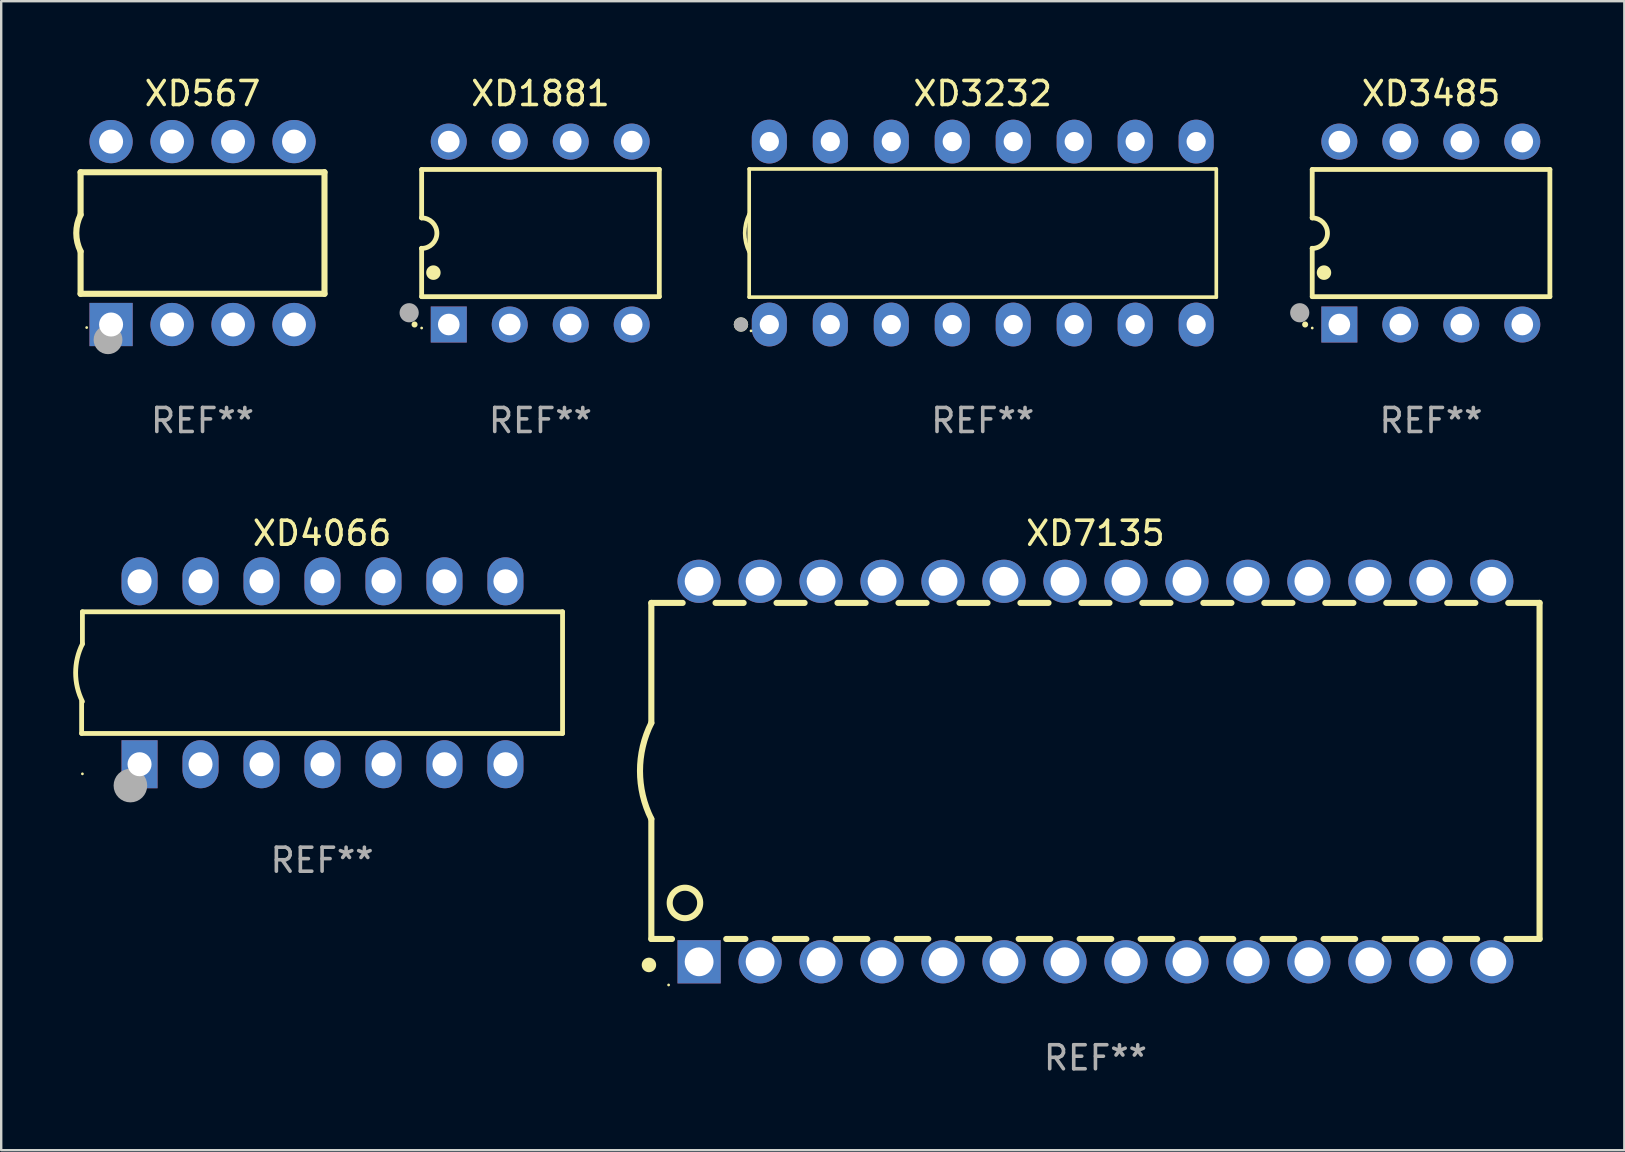
<source format=kicad_pcb>
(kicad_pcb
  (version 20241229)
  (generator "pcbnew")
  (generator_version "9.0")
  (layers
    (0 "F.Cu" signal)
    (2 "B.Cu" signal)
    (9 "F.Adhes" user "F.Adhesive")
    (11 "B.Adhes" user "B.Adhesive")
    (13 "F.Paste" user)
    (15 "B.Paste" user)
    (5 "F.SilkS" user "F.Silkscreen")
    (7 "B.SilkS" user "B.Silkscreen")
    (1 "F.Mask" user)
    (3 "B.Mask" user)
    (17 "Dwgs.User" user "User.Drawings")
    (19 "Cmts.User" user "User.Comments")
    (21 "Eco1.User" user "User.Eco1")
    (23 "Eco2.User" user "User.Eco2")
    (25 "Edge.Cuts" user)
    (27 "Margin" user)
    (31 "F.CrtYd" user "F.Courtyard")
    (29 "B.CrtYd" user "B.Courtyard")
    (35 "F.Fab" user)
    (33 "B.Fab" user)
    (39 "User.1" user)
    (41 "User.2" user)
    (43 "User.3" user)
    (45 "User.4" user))
  (footprint "XD7135"
    (layer "F.Cu")
    (at 42.582 29.09)
    (property "Reference" "XD7135" (at 0 -9.925 0) (layer "F.SilkS") (effects (font (size 1 1) (thickness 0.15))))
    (attr through_hole)
    (fp_line (start -18.5 -7.026) (end -18.5 -2.026) (stroke (width 0.254) (type solid)) (layer "F.SilkS"))
    (fp_line (start -18.5 1.974) (end -18.5 6.974) (stroke (width 0.254) (type solid)) (layer "F.SilkS"))
    (fp_line (start -17.64 6.974) (end -18.5 6.974) (stroke (width 0.254) (type solid)) (layer "F.SilkS"))
    (fp_line (start -17.195 -7.026) (end -18.5 -7.026) (stroke (width 0.254) (type solid)) (layer "F.SilkS"))
    (fp_line (start -14.655 -7.026) (end -15.825 -7.026) (stroke (width 0.254) (type solid)) (layer "F.SilkS"))
    (fp_line (start -14.582 6.974) (end -15.38 6.974) (stroke (width 0.254) (type solid)) (layer "F.SilkS"))
    (fp_line (start -12.115 -7.026) (end -13.285 -7.026) (stroke (width 0.254) (type solid)) (layer "F.SilkS"))
    (fp_line (start -12.042 6.974) (end -13.358 6.974) (stroke (width 0.254) (type solid)) (layer "F.SilkS"))
    (fp_line (start -9.575 -7.026) (end -10.745 -7.026) (stroke (width 0.254) (type solid)) (layer "F.SilkS"))
    (fp_line (start -9.502 6.974) (end -10.818 6.974) (stroke (width 0.254) (type solid)) (layer "F.SilkS"))
    (fp_line (start -7.035 -7.026) (end -8.205 -7.026) (stroke (width 0.254) (type solid)) (layer "F.SilkS"))
    (fp_line (start -6.962 6.974) (end -8.278 6.974) (stroke (width 0.254) (type solid)) (layer "F.SilkS"))
    (fp_line (start -4.495 -7.026) (end -5.665 -7.026) (stroke (width 0.254) (type solid)) (layer "F.SilkS"))
    (fp_line (start -4.422 6.974) (end -5.738 6.974) (stroke (width 0.254) (type solid)) (layer "F.SilkS"))
    (fp_line (start -1.955 -7.026) (end -3.125 -7.026) (stroke (width 0.254) (type solid)) (layer "F.SilkS"))
    (fp_line (start -1.882 6.974) (end -3.198 6.974) (stroke (width 0.254) (type solid)) (layer "F.SilkS"))
    (fp_line (start 0.585 -7.026) (end -0.585 -7.026) (stroke (width 0.254) (type solid)) (layer "F.SilkS"))
    (fp_line (start 0.658 6.974) (end -0.658 6.974) (stroke (width 0.254) (type solid)) (layer "F.SilkS"))
    (fp_line (start 3.125 -7.026) (end 1.955 -7.026) (stroke (width 0.254) (type solid)) (layer "F.SilkS"))
    (fp_line (start 3.198 6.974) (end 1.882 6.974) (stroke (width 0.254) (type solid)) (layer "F.SilkS"))
    (fp_line (start 5.665 -7.026) (end 4.495 -7.026) (stroke (width 0.254) (type solid)) (layer "F.SilkS"))
    (fp_line (start 5.738 6.974) (end 4.422 6.974) (stroke (width 0.254) (type solid)) (layer "F.SilkS"))
    (fp_line (start 8.205 -7.026) (end 7.035 -7.026) (stroke (width 0.254) (type solid)) (layer "F.SilkS"))
    (fp_line (start 8.278 6.974) (end 6.962 6.974) (stroke (width 0.254) (type solid)) (layer "F.SilkS"))
    (fp_line (start 10.745 -7.026) (end 9.575 -7.026) (stroke (width 0.254) (type solid)) (layer "F.SilkS"))
    (fp_line (start 10.818 6.974) (end 9.502 6.974) (stroke (width 0.254) (type solid)) (layer "F.SilkS"))
    (fp_line (start 13.285 -7.026) (end 12.115 -7.026) (stroke (width 0.254) (type solid)) (layer "F.SilkS"))
    (fp_line (start 13.358 6.974) (end 12.042 6.974) (stroke (width 0.254) (type solid)) (layer "F.SilkS"))
    (fp_line (start 15.825 -7.026) (end 14.655 -7.026) (stroke (width 0.254) (type solid)) (layer "F.SilkS"))
    (fp_line (start 15.898 6.974) (end 14.582 6.974) (stroke (width 0.254) (type solid)) (layer "F.SilkS"))
    (fp_line (start 18.5 -7.026) (end 17.195 -7.026) (stroke (width 0.254) (type solid)) (layer "F.SilkS"))
    (fp_line (start 18.5 6.974) (end 17.122 6.974) (stroke (width 0.254) (type solid)) (layer "F.SilkS"))
    (fp_line (start 18.5 6.974) (end 18.5 -7.026) (stroke (width 0.254) (type solid)) (layer "F.SilkS"))
    (fp_arc (start -18.599924 8.057734) (mid -18.599935 8.055207) (end -18.599924 8.052679) (stroke (width 0.6) (type solid)) (layer "F.SilkS"))
    (fp_arc (start -18.500051 1.974346) (mid -18.972187 -0.025654) (end -18.500051 -2.025654) (stroke (width 0.254001) (type solid)) (layer "F.SilkS"))
    (fp_circle (center -17.78 8.89) (end -17.75 8.89) (stroke (width 0.06) (type solid)) (fill no) (layer "F.SilkS"))
    (fp_circle (center -17.1 5.474) (end -16.465 5.474) (stroke (width 0.254) (type solid)) (fill no) (layer "F.SilkS"))
    (fp_text user "REF**" (at 0 11.925 0) (layer "F.Fab") (effects (font (size 1 1) (thickness 0.15))))
    (pad "1" thru_hole rect (at -16.51 7.925) (size 1.8 1.8) (drill 1.2) (layers "*.Cu" "*.Mask"))
    (pad "2" thru_hole circle (at -13.97 7.925) (size 1.8 1.8) (drill 1.2) (layers "*.Cu" "*.Mask"))
    (pad "3" thru_hole circle (at -11.43 7.924) (size 1.8 1.8) (drill 1.2) (layers "*.Cu" "*.Mask"))
    (pad "4" thru_hole circle (at -8.89 7.924) (size 1.8 1.8) (drill 1.2) (layers "*.Cu" "*.Mask"))
    (pad "5" thru_hole circle (at -6.35 7.924) (size 1.8 1.8) (drill 1.2) (layers "*.Cu" "*.Mask"))
    (pad "6" thru_hole circle (at -3.81 7.924) (size 1.8 1.8) (drill 1.2) (layers "*.Cu" "*.Mask"))
    (pad "7" thru_hole circle (at -1.27 7.924) (size 1.8 1.8) (drill 1.2) (layers "*.Cu" "*.Mask"))
    (pad "8" thru_hole circle (at 1.27 7.924) (size 1.8 1.8) (drill 1.2) (layers "*.Cu" "*.Mask"))
    (pad "9" thru_hole circle (at 3.81 7.924) (size 1.8 1.8) (drill 1.2) (layers "*.Cu" "*.Mask"))
    (pad "10" thru_hole circle (at 6.35 7.924) (size 1.8 1.8) (drill 1.2) (layers "*.Cu" "*.Mask"))
    (pad "11" thru_hole circle (at 8.89 7.924) (size 1.8 1.8) (drill 1.2) (layers "*.Cu" "*.Mask"))
    (pad "12" thru_hole circle (at 11.43 7.924) (size 1.8 1.8) (drill 1.2) (layers "*.Cu" "*.Mask"))
    (pad "13" thru_hole circle (at 13.97 7.924) (size 1.8 1.8) (drill 1.2) (layers "*.Cu" "*.Mask"))
    (pad "14" thru_hole circle (at 16.51 7.924) (size 1.8 1.8) (drill 1.2) (layers "*.Cu" "*.Mask"))
    (pad "15" thru_hole circle (at 16.51 -7.925) (size 1.8 1.8) (drill 1.2) (layers "*.Cu" "*.Mask"))
    (pad "16" thru_hole circle (at 13.97 -7.925) (size 1.8 1.8) (drill 1.2) (layers "*.Cu" "*.Mask"))
    (pad "17" thru_hole circle (at 11.43 -7.925) (size 1.8 1.8) (drill 1.2) (layers "*.Cu" "*.Mask"))
    (pad "18" thru_hole circle (at 8.89 -7.925) (size 1.8 1.8) (drill 1.2) (layers "*.Cu" "*.Mask"))
    (pad "19" thru_hole circle (at 6.35 -7.925) (size 1.8 1.8) (drill 1.2) (layers "*.Cu" "*.Mask"))
    (pad "20" thru_hole circle (at 3.81 -7.925) (size 1.8 1.8) (drill 1.2) (layers "*.Cu" "*.Mask"))
    (pad "21" thru_hole circle (at 1.27 -7.925) (size 1.8 1.8) (drill 1.2) (layers "*.Cu" "*.Mask"))
    (pad "22" thru_hole circle (at -1.27 -7.925) (size 1.8 1.8) (drill 1.2) (layers "*.Cu" "*.Mask"))
    (pad "23" thru_hole circle (at -3.81 -7.925) (size 1.8 1.8) (drill 1.2) (layers "*.Cu" "*.Mask"))
    (pad "24" thru_hole circle (at -6.35 -7.925) (size 1.8 1.8) (drill 1.2) (layers "*.Cu" "*.Mask"))
    (pad "25" thru_hole circle (at -8.89 -7.925) (size 1.8 1.8) (drill 1.2) (layers "*.Cu" "*.Mask"))
    (pad "26" thru_hole circle (at -11.43 -7.925) (size 1.8 1.8) (drill 1.2) (layers "*.Cu" "*.Mask"))
    (pad "27" thru_hole circle (at -13.97 -7.925) (size 1.8 1.8) (drill 1.2) (layers "*.Cu" "*.Mask"))
    (pad "28" thru_hole circle (at -16.51 -7.925) (size 1.8 1.8) (drill 1.2) (layers "*.Cu" "*.Mask")))
  (footprint "XD3485"
    (layer "F.Cu")
    (at 56.562 6.658)
    (property "Reference" "XD3485" (at 0 -5.81 0) (layer "F.SilkS") (effects (font (size 1 1) (thickness 0.15))))
    (attr through_hole)
    (fp_line (start -4.95 -2.649) (end 4.95 -2.649) (stroke (width 0.2) (type solid)) (layer "F.SilkS"))
    (fp_line (start -4.95 -0.635) (end -4.95 -2.649) (stroke (width 0.2) (type solid)) (layer "F.SilkS"))
    (fp_line (start -4.95 0.635) (end -4.95 0.64) (stroke (width 0.2) (type solid)) (layer "F.SilkS"))
    (fp_line (start -4.95 2.649) (end -4.95 0.635) (stroke (width 0.2) (type solid)) (layer "F.SilkS"))
    (fp_line (start -4.95 -0.64) (end -4.95 -0.635) (stroke (width 0.2) (type solid)) (layer "F.SilkS"))
    (fp_line (start 4.95 -2.649) (end 4.95 2.649) (stroke (width 0.2) (type solid)) (layer "F.SilkS"))
    (fp_line (start 4.95 2.649) (end -4.95 2.649) (stroke (width 0.2) (type solid)) (layer "F.SilkS"))
    (fp_arc (start -5.24511 3.810008) (mid -5.245117 3.808738) (end -5.24511 3.807468) (stroke (width 0.25) (type solid)) (layer "F.SilkS"))
    (fp_arc (start -4.950165 -0.629997) (mid -4.315164 0.005004) (end -4.950165 0.640005) (stroke (width 0.2) (type solid)) (layer "F.SilkS"))
    (fp_arc (start -4.460249 1.651003) (mid -4.46026 1.648463) (end -4.460249 1.645923) (stroke (width 0.6) (type solid)) (layer "F.SilkS"))
    (fp_circle (center -4.95 3.956) (end -4.92 3.956) (stroke (width 0.06) (type solid)) (fill no) (layer "F.SilkS"))
    (fp_circle (center -5.47 3.32) (end -5.27 3.32) (stroke (width 0.4) (type solid)) (fill no) (layer "F.Fab"))
    (fp_text user "REF**" (at 0 7.81 0) (layer "F.Fab") (effects (font (size 1 1) (thickness 0.15))))
    (pad "1" thru_hole rect (at -3.82 3.81) (size 1.5 1.5) (drill 0.9) (layers "*.Cu" "*.Mask"))
    (pad "2" thru_hole circle (at -1.28 3.81) (size 1.5 1.5) (drill 0.9) (layers "*.Cu" "*.Mask"))
    (pad "3" thru_hole circle (at 1.26 3.81) (size 1.5 1.5) (drill 0.9) (layers "*.Cu" "*.Mask"))
    (pad "4" thru_hole circle (at 3.8 3.81) (size 1.5 1.5) (drill 0.9) (layers "*.Cu" "*.Mask"))
    (pad "5" thru_hole circle (at 3.8 -3.81) (size 1.5 1.5) (drill 0.9) (layers "*.Cu" "*.Mask"))
    (pad "6" thru_hole circle (at 1.26 -3.81) (size 1.5 1.5) (drill 0.9) (layers "*.Cu" "*.Mask"))
    (pad "7" thru_hole circle (at -1.28 -3.81) (size 1.5 1.5) (drill 0.9) (layers "*.Cu" "*.Mask"))
    (pad "8" thru_hole circle (at -3.82 -3.81) (size 1.5 1.5) (drill 0.9) (layers "*.Cu" "*.Mask")))
  (footprint "XD567"
    (layer "F.Cu")
    (at 5.387 6.658)
    (property "Reference" "XD567" (at 0 -5.81 0) (layer "F.SilkS") (effects (font (size 1 1) (thickness 0.15))))
    (attr through_hole)
    (fp_line (start -5.08 -2.534) (end 5.08 -2.534) (stroke (width 0.254) (type solid)) (layer "F.SilkS"))
    (fp_line (start -5.08 -0.762) (end -5.08 -2.534) (stroke (width 0.254) (type solid)) (layer "F.SilkS"))
    (fp_line (start -5.08 2.531) (end -5.08 0.762) (stroke (width 0.254) (type solid)) (layer "F.SilkS"))
    (fp_line (start -5.08 2.531) (end 5.08 2.531) (stroke (width 0.254) (type solid)) (layer "F.SilkS"))
    (fp_line (start 5.08 2.531) (end 5.08 -2.534) (stroke (width 0.254) (type solid)) (layer "F.SilkS"))
    (fp_arc (start -5.08001 0.762001) (mid -5.259894 0) (end -5.08001 -0.762002) (stroke (width 0.254001) (type solid)) (layer "F.SilkS"))
    (fp_circle (center -4.826 3.937) (end -4.796 3.937) (stroke (width 0.06) (type solid)) (fill no) (layer "F.SilkS"))
    (fp_circle (center -3.937 4.445) (end -3.637 4.445) (stroke (width 0.6) (type solid)) (fill no) (layer "F.Fab"))
    (fp_text user "REF**" (at 0 7.81 0) (layer "F.Fab") (effects (font (size 1 1) (thickness 0.15))))
    (pad "1" thru_hole rect (at -3.81 3.81) (size 1.8 1.8) (drill 1) (layers "*.Cu" "*.Mask"))
    (pad "2" thru_hole circle (at -1.27 3.81) (size 1.8 1.8) (drill 1) (layers "*.Cu" "*.Mask"))
    (pad "3" thru_hole circle (at 1.27 3.81) (size 1.8 1.8) (drill 1) (layers "*.Cu" "*.Mask"))
    (pad "4" thru_hole circle (at 3.81 3.81) (size 1.8 1.8) (drill 1) (layers "*.Cu" "*.Mask"))
    (pad "5" thru_hole circle (at 3.81 -3.81) (size 1.8 1.8) (drill 1) (layers "*.Cu" "*.Mask"))
    (pad "6" thru_hole circle (at 1.27 -3.81) (size 1.8 1.8) (drill 1) (layers "*.Cu" "*.Mask"))
    (pad "7" thru_hole circle (at -1.27 -3.81) (size 1.8 1.8) (drill 1) (layers "*.Cu" "*.Mask"))
    (pad "8" thru_hole circle (at -3.81 -3.81) (size 1.8 1.8) (drill 1) (layers "*.Cu" "*.Mask")))
  (footprint "XD1881"
    (layer "F.Cu")
    (at 19.464 6.658)
    (property "Reference" "XD1881" (at 0 -5.81 0) (layer "F.SilkS") (effects (font (size 1 1) (thickness 0.15))))
    (attr through_hole)
    (fp_line (start -4.95 -2.649) (end 4.95 -2.649) (stroke (width 0.2) (type solid)) (layer "F.SilkS"))
    (fp_line (start -4.95 -0.635) (end -4.95 -2.649) (stroke (width 0.2) (type solid)) (layer "F.SilkS"))
    (fp_line (start -4.95 0.635) (end -4.95 0.64) (stroke (width 0.2) (type solid)) (layer "F.SilkS"))
    (fp_line (start -4.95 2.649) (end -4.95 0.635) (stroke (width 0.2) (type solid)) (layer "F.SilkS"))
    (fp_line (start -4.95 -0.64) (end -4.95 -0.635) (stroke (width 0.2) (type solid)) (layer "F.SilkS"))
    (fp_line (start 4.95 -2.649) (end 4.95 2.649) (stroke (width 0.2) (type solid)) (layer "F.SilkS"))
    (fp_line (start 4.95 2.649) (end -4.95 2.649) (stroke (width 0.2) (type solid)) (layer "F.SilkS"))
    (fp_arc (start -5.24511 3.810008) (mid -5.245117 3.808738) (end -5.24511 3.807468) (stroke (width 0.25) (type solid)) (layer "F.SilkS"))
    (fp_arc (start -4.950165 -0.629997) (mid -4.315164 0.005004) (end -4.950165 0.640005) (stroke (width 0.2) (type solid)) (layer "F.SilkS"))
    (fp_arc (start -4.460249 1.651003) (mid -4.46026 1.648463) (end -4.460249 1.645923) (stroke (width 0.6) (type solid)) (layer "F.SilkS"))
    (fp_circle (center -4.95 3.956) (end -4.92 3.956) (stroke (width 0.06) (type solid)) (fill no) (layer "F.SilkS"))
    (fp_circle (center -5.47 3.32) (end -5.27 3.32) (stroke (width 0.4) (type solid)) (fill no) (layer "F.Fab"))
    (fp_text user "REF**" (at 0 7.81 0) (layer "F.Fab") (effects (font (size 1 1) (thickness 0.15))))
    (pad "1" thru_hole rect (at -3.82 3.81) (size 1.5 1.5) (drill 0.9) (layers "*.Cu" "*.Mask"))
    (pad "2" thru_hole circle (at -1.28 3.81) (size 1.5 1.5) (drill 0.9) (layers "*.Cu" "*.Mask"))
    (pad "3" thru_hole circle (at 1.26 3.81) (size 1.5 1.5) (drill 0.9) (layers "*.Cu" "*.Mask"))
    (pad "4" thru_hole circle (at 3.8 3.81) (size 1.5 1.5) (drill 0.9) (layers "*.Cu" "*.Mask"))
    (pad "5" thru_hole circle (at 3.8 -3.81) (size 1.5 1.5) (drill 0.9) (layers "*.Cu" "*.Mask"))
    (pad "6" thru_hole circle (at 1.26 -3.81) (size 1.5 1.5) (drill 0.9) (layers "*.Cu" "*.Mask"))
    (pad "7" thru_hole circle (at -1.28 -3.81) (size 1.5 1.5) (drill 0.9) (layers "*.Cu" "*.Mask"))
    (pad "8" thru_hole circle (at -3.82 -3.81) (size 1.5 1.5) (drill 0.9) (layers "*.Cu" "*.Mask")))
  (footprint "XD4066"
    (layer "F.Cu")
    (at 10.367 24.975)
    (property "Reference" "XD4066" (at 0 -5.81 0) (layer "F.SilkS") (effects (font (size 1 1) (thickness 0.15))))
    (attr through_hole)
    (fp_line (start -10.017 2.527) (end -10.017 1.199) (stroke (width 0.2) (type solid)) (layer "F.SilkS"))
    (fp_line (start -9.984 -2.54) (end 10.017 -2.54) (stroke (width 0.2) (type solid)) (layer "F.SilkS"))
    (fp_line (start -9.984 -1.2) (end -9.984 -2.54) (stroke (width 0.2) (type solid)) (layer "F.SilkS"))
    (fp_line (start 10.017 -2.54) (end 10.017 2.527) (stroke (width 0.2) (type solid)) (layer "F.SilkS"))
    (fp_line (start 10.017 2.527) (end -10.017 2.527) (stroke (width 0.2) (type solid)) (layer "F.SilkS"))
    (fp_arc (start -9.983503 1.198882) (mid -10.266661 -0.000556) (end -9.983528 -1.2) (stroke (width 0.2) (type solid)) (layer "F.SilkS"))
    (fp_circle (center -9.984 4.21) (end -9.954 4.21) (stroke (width 0.06) (type solid)) (fill no) (layer "F.SilkS"))
    (fp_circle (center -7.985 4.699) (end -7.635 4.699) (stroke (width 0.7) (type solid)) (fill no) (layer "F.Fab"))
    (fp_text user "REF**" (at 0 7.81 0) (layer "F.Fab") (effects (font (size 1 1) (thickness 0.15))))
    (pad "1" thru_hole rect (at -7.604 3.81 90) (size 2 1.5) (drill 1) (layers "*.Cu" "*.Mask"))
    (pad "2" thru_hole oval (at -5.064 3.81 90) (size 2 1.5) (drill 1) (layers "*.Cu" "*.Mask"))
    (pad "3" thru_hole oval (at -2.524 3.81 90) (size 2 1.5) (drill 1) (layers "*.Cu" "*.Mask"))
    (pad "4" thru_hole oval (at 0.016 3.81 90) (size 2 1.5) (drill 1) (layers "*.Cu" "*.Mask"))
    (pad "5" thru_hole oval (at 2.557 3.81 90) (size 2 1.5) (drill 1) (layers "*.Cu" "*.Mask"))
    (pad "6" thru_hole oval (at 5.097 3.81 90) (size 2 1.5) (drill 1) (layers "*.Cu" "*.Mask"))
    (pad "7" thru_hole oval (at 7.637 3.81 90) (size 2 1.5) (drill 1) (layers "*.Cu" "*.Mask"))
    (pad "8" thru_hole oval (at 7.637 -3.81 90) (size 2 1.5) (drill 1) (layers "*.Cu" "*.Mask"))
    (pad "9" thru_hole oval (at 5.097 -3.81 90) (size 2 1.5) (drill 1) (layers "*.Cu" "*.Mask"))
    (pad "10" thru_hole oval (at 2.557 -3.81 90) (size 2 1.5) (drill 1) (layers "*.Cu" "*.Mask"))
    (pad "11" thru_hole oval (at 0.016 -3.81 90) (size 2 1.5) (drill 1) (layers "*.Cu" "*.Mask"))
    (pad "12" thru_hole oval (at -2.524 -3.81 90) (size 2 1.5) (drill 1) (layers "*.Cu" "*.Mask"))
    (pad "13" thru_hole oval (at -5.064 -3.81 90) (size 2 1.5) (drill 1) (layers "*.Cu" "*.Mask"))
    (pad "14" thru_hole oval (at -7.604 -3.81 90) (size 2 1.5) (drill 1) (layers "*.Cu" "*.Mask")))
  (footprint "XD3232"
    (layer "F.Cu")
    (at 37.887 6.658)
    (property "Reference" "XD3232" (at 0 -5.81 0) (layer "F.SilkS") (effects (font (size 1 1) (thickness 0.15))))
    (attr through_hole)
    (fp_line (start -9.729 -2.669) (end 9.729 -2.669) (stroke (width 0.152) (type solid)) (layer "F.SilkS"))
    (fp_line (start -9.729 2.669) (end -9.729 -2.669) (stroke (width 0.152) (type solid)) (layer "F.SilkS"))
    (fp_line (start 9.729 -2.669) (end 9.729 2.669) (stroke (width 0.152) (type solid)) (layer "F.SilkS"))
    (fp_line (start 9.729 2.669) (end -9.729 2.669) (stroke (width 0.152) (type solid)) (layer "F.SilkS"))
    (fp_arc (start -9.728727 0.793751) (mid -9.916106 0) (end -9.728727 -0.793752) (stroke (width 0.1524) (type solid)) (layer "F.SilkS"))
    (fp_circle (center -10.072 3.81) (end -9.922 3.81) (stroke (width 0.3) (type solid)) (fill no) (layer "F.SilkS"))
    (fp_circle (center -9.653 4.075) (end -9.623 4.075) (stroke (width 0.06) (type solid)) (fill no) (layer "F.SilkS"))
    (fp_circle (center -10.072 3.81) (end -9.922 3.81) (stroke (width 0.3) (type solid)) (fill no) (layer "F.Fab"))
    (fp_text user "REF**" (at 0 7.81 0) (layer "F.Fab") (effects (font (size 1 1) (thickness 0.15))))
    (pad "1" thru_hole oval (at -8.89 3.81) (size 1.46 1.825) (drill 0.8) (layers "*.Cu" "*.Mask"))
    (pad "2" thru_hole oval (at -6.35 3.81) (size 1.46 1.825) (drill 0.8) (layers "*.Cu" "*.Mask"))
    (pad "3" thru_hole oval (at -3.81 3.81) (size 1.46 1.825) (drill 0.8) (layers "*.Cu" "*.Mask"))
    (pad "4" thru_hole oval (at -1.27 3.81) (size 1.46 1.825) (drill 0.8) (layers "*.Cu" "*.Mask"))
    (pad "5" thru_hole oval (at 1.27 3.81) (size 1.46 1.825) (drill 0.8) (layers "*.Cu" "*.Mask"))
    (pad "6" thru_hole oval (at 3.81 3.81) (size 1.46 1.825) (drill 0.8) (layers "*.Cu" "*.Mask"))
    (pad "7" thru_hole oval (at 6.35 3.81) (size 1.46 1.825) (drill 0.8) (layers "*.Cu" "*.Mask"))
    (pad "8" thru_hole oval (at 8.89 3.81) (size 1.46 1.825) (drill 0.8) (layers "*.Cu" "*.Mask"))
    (pad "9" thru_hole oval (at 8.89 -3.81) (size 1.46 1.825) (drill 0.8) (layers "*.Cu" "*.Mask"))
    (pad "10" thru_hole oval (at 6.35 -3.81) (size 1.46 1.825) (drill 0.8) (layers "*.Cu" "*.Mask"))
    (pad "11" thru_hole oval (at 3.81 -3.81) (size 1.46 1.825) (drill 0.8) (layers "*.Cu" "*.Mask"))
    (pad "12" thru_hole oval (at 1.27 -3.81) (size 1.46 1.825) (drill 0.8) (layers "*.Cu" "*.Mask"))
    (pad "13" thru_hole oval (at -1.27 -3.81) (size 1.46 1.825) (drill 0.8) (layers "*.Cu" "*.Mask"))
    (pad "14" thru_hole oval (at -3.81 -3.81) (size 1.46 1.825) (drill 0.8) (layers "*.Cu" "*.Mask"))
    (pad "15" thru_hole oval (at -6.35 -3.81) (size 1.46 1.825) (drill 0.8) (layers "*.Cu" "*.Mask"))
    (pad "16" thru_hole oval (at -8.89 -3.81) (size 1.46 1.825) (drill 0.8) (layers "*.Cu" "*.Mask")))
  (gr_rect
    (start -3 -3)
    (end 64.613 44.863)
    (stroke (width 0.1) (type default))
    (fill no)
    (layer "Edge.Cuts")))
</source>
